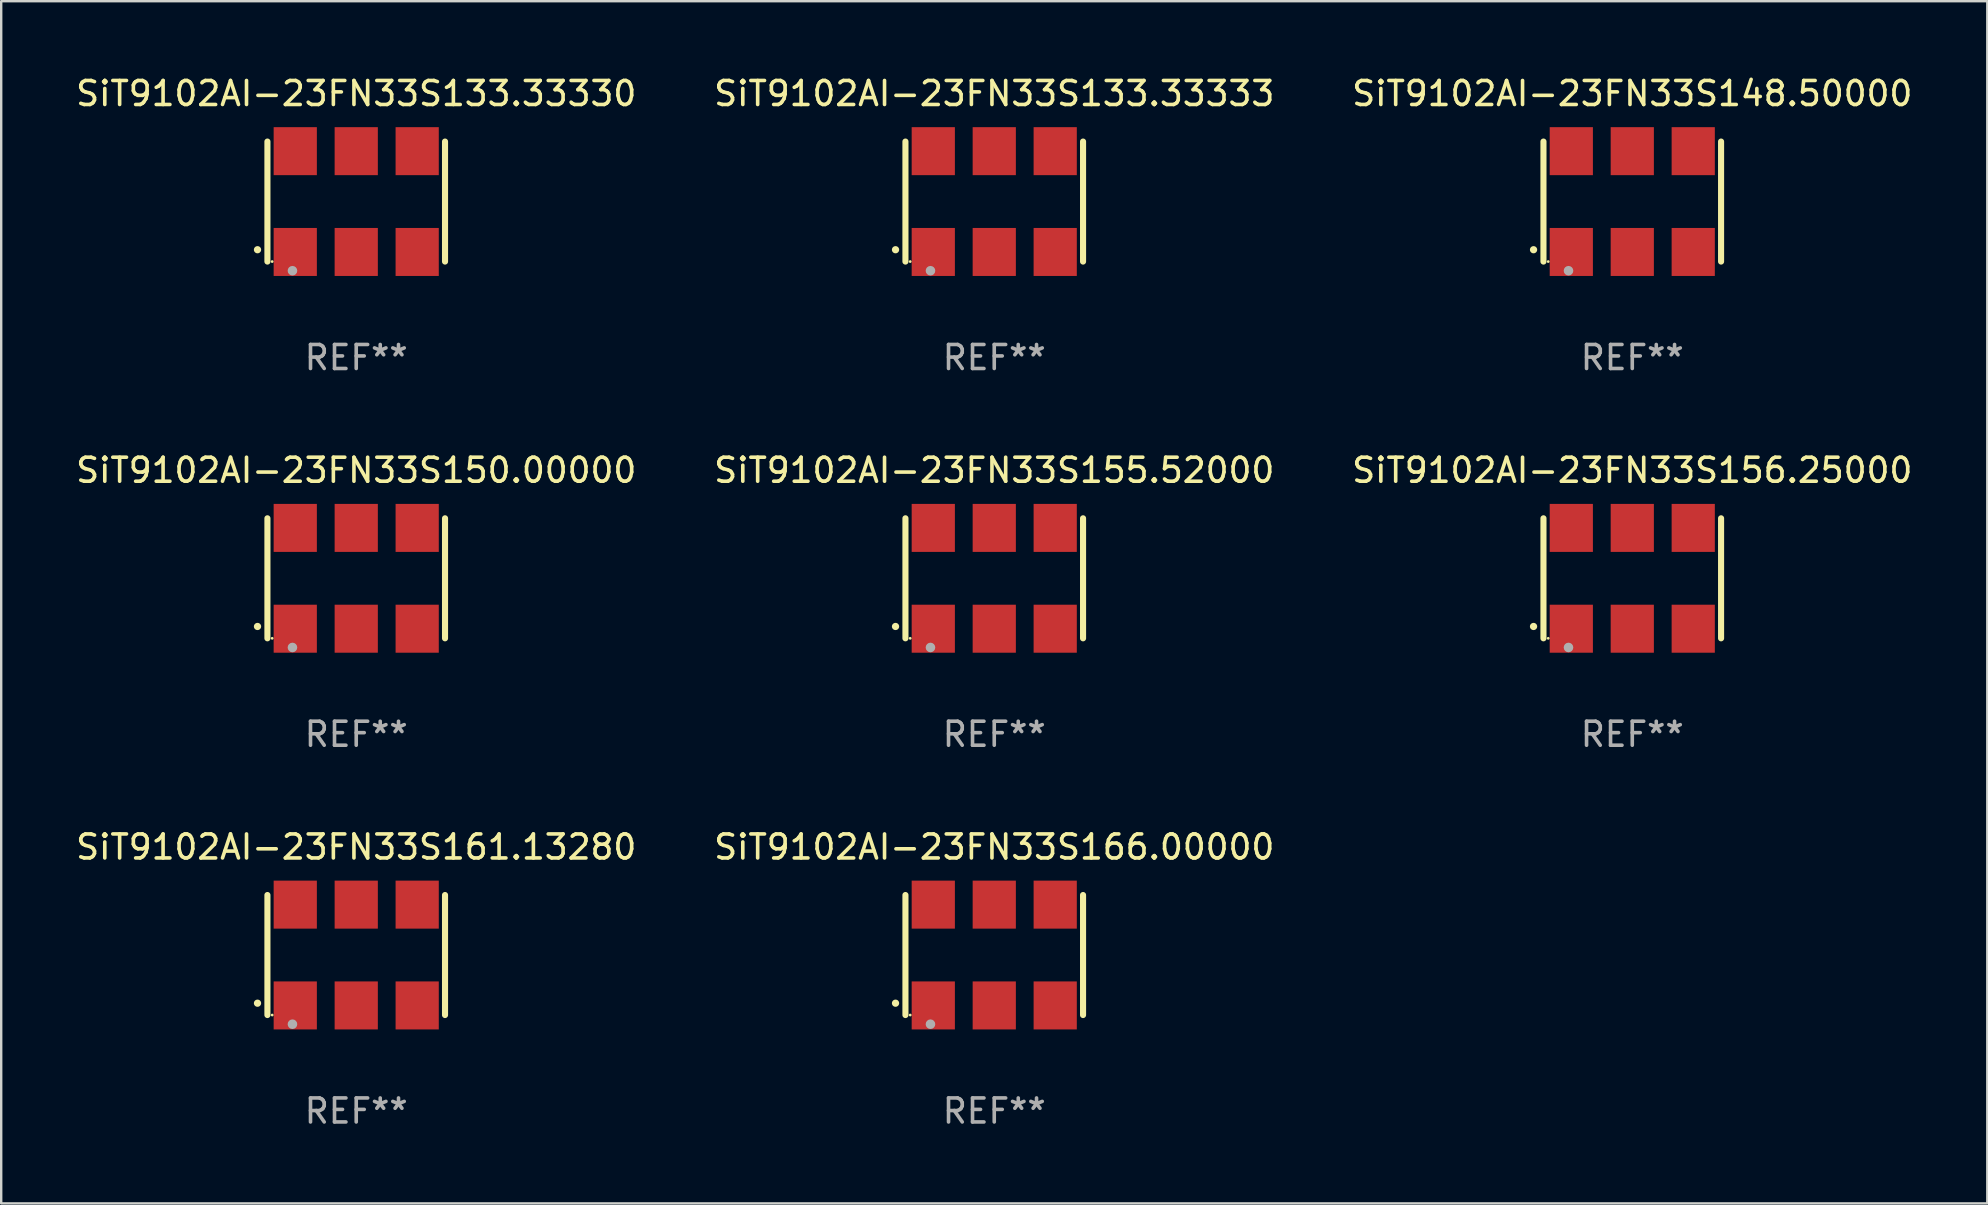
<source format=kicad_pcb>
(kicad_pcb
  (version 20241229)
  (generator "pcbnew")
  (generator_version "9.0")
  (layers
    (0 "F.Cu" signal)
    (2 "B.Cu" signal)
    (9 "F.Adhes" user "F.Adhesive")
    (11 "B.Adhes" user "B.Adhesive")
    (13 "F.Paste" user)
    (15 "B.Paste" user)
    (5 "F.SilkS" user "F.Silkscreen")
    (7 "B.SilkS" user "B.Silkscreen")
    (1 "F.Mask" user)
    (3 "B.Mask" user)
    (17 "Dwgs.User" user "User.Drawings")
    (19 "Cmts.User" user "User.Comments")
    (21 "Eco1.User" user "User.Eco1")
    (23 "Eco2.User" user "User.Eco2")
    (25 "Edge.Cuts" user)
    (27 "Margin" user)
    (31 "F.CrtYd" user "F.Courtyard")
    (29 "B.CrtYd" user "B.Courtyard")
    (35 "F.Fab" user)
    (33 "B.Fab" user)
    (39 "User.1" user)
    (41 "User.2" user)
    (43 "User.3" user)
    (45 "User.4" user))
  (footprint "SiT9102AI-23FN33S150.00000"
    (layer "F.Cu")
    (at 11.792 21.045)
    (property "Reference" "SiT9102AI-23FN33S150.00000" (at 0 -4.5 0) (layer "F.SilkS") (effects (font (size 1 1) (thickness 0.15))))
    (attr through_hole)
    (fp_line (start -3.7 -2.5) (end -3.7 2.5) (stroke (width 0.254) (type solid)) (layer "F.SilkS"))
    (fp_line (start 3.7 -2.5) (end 3.7 2.5) (stroke (width 0.254) (type solid)) (layer "F.SilkS"))
    (fp_arc (start -4.114415 2.006604) (mid -4.113145 2.006599) (end -4.111875 2.006604) (stroke (width 0.3) (type solid)) (layer "F.SilkS"))
    (fp_circle (center -3.502 2.5) (end -3.472 2.5) (stroke (width 0.06) (type solid)) (fill no) (layer "F.SilkS"))
    (fp_circle (center -2.657 2.882) (end -2.557 2.882) (stroke (width 0.2) (type solid)) (fill no) (layer "F.Fab"))
    (fp_text user "REF**" (at 0 6.5 0) (layer "F.Fab") (effects (font (size 1 1) (thickness 0.15))))
    (pad "1" smd rect (at -2.54 2.1) (size 1.8 2) (layers "F.Cu" "F.Mask" "F.Paste"))
    (pad "2" smd rect (at 0.000394 2.1) (size 1.8 2) (layers "F.Cu" "F.Mask" "F.Paste"))
    (pad "3" smd rect (at 2.54 2.1) (size 1.8 2) (layers "F.Cu" "F.Mask" "F.Paste"))
    (pad "4" smd rect (at 2.54 -2.1) (size 1.8 2) (layers "F.Cu" "F.Mask" "F.Paste"))
    (pad "5" smd rect (at 0.000394 -2.1) (size 1.8 2) (layers "F.Cu" "F.Mask" "F.Paste"))
    (pad "6" smd rect (at -2.54 -2.1) (size 1.8 2) (layers "F.Cu" "F.Mask" "F.Paste")))
  (footprint "SiT9102AI-23FN33S156.25000"
    (layer "F.Cu")
    (at 64.958 21.045)
    (property "Reference" "SiT9102AI-23FN33S156.25000" (at 0 -4.5 0) (layer "F.SilkS") (effects (font (size 1 1) (thickness 0.15))))
    (attr through_hole)
    (fp_line (start -3.7 -2.5) (end -3.7 2.5) (stroke (width 0.254) (type solid)) (layer "F.SilkS"))
    (fp_line (start 3.7 -2.5) (end 3.7 2.5) (stroke (width 0.254) (type solid)) (layer "F.SilkS"))
    (fp_arc (start -4.114415 2.006604) (mid -4.113145 2.006599) (end -4.111875 2.006604) (stroke (width 0.3) (type solid)) (layer "F.SilkS"))
    (fp_circle (center -3.502 2.5) (end -3.472 2.5) (stroke (width 0.06) (type solid)) (fill no) (layer "F.SilkS"))
    (fp_circle (center -2.657 2.882) (end -2.557 2.882) (stroke (width 0.2) (type solid)) (fill no) (layer "F.Fab"))
    (fp_text user "REF**" (at 0 6.5 0) (layer "F.Fab") (effects (font (size 1 1) (thickness 0.15))))
    (pad "1" smd rect (at -2.54 2.1) (size 1.8 2) (layers "F.Cu" "F.Mask" "F.Paste"))
    (pad "2" smd rect (at 0.000394 2.1) (size 1.8 2) (layers "F.Cu" "F.Mask" "F.Paste"))
    (pad "3" smd rect (at 2.54 2.1) (size 1.8 2) (layers "F.Cu" "F.Mask" "F.Paste"))
    (pad "4" smd rect (at 2.54 -2.1) (size 1.8 2) (layers "F.Cu" "F.Mask" "F.Paste"))
    (pad "5" smd rect (at 0.000394 -2.1) (size 1.8 2) (layers "F.Cu" "F.Mask" "F.Paste"))
    (pad "6" smd rect (at -2.54 -2.1) (size 1.8 2) (layers "F.Cu" "F.Mask" "F.Paste")))
  (footprint "SiT9102AI-23FN33S161.13280"
    (layer "F.Cu")
    (at 11.792 36.741)
    (property "Reference" "SiT9102AI-23FN33S161.13280" (at 0 -4.5 0) (layer "F.SilkS") (effects (font (size 1 1) (thickness 0.15))))
    (attr through_hole)
    (fp_line (start -3.7 -2.5) (end -3.7 2.5) (stroke (width 0.254) (type solid)) (layer "F.SilkS"))
    (fp_line (start 3.7 -2.5) (end 3.7 2.5) (stroke (width 0.254) (type solid)) (layer "F.SilkS"))
    (fp_arc (start -4.114415 2.006604) (mid -4.113145 2.006599) (end -4.111875 2.006604) (stroke (width 0.3) (type solid)) (layer "F.SilkS"))
    (fp_circle (center -3.502 2.5) (end -3.472 2.5) (stroke (width 0.06) (type solid)) (fill no) (layer "F.SilkS"))
    (fp_circle (center -2.657 2.882) (end -2.557 2.882) (stroke (width 0.2) (type solid)) (fill no) (layer "F.Fab"))
    (fp_text user "REF**" (at 0 6.5 0) (layer "F.Fab") (effects (font (size 1 1) (thickness 0.15))))
    (pad "1" smd rect (at -2.54 2.1) (size 1.8 2) (layers "F.Cu" "F.Mask" "F.Paste"))
    (pad "2" smd rect (at 0.000394 2.1) (size 1.8 2) (layers "F.Cu" "F.Mask" "F.Paste"))
    (pad "3" smd rect (at 2.54 2.1) (size 1.8 2) (layers "F.Cu" "F.Mask" "F.Paste"))
    (pad "4" smd rect (at 2.54 -2.1) (size 1.8 2) (layers "F.Cu" "F.Mask" "F.Paste"))
    (pad "5" smd rect (at 0.000394 -2.1) (size 1.8 2) (layers "F.Cu" "F.Mask" "F.Paste"))
    (pad "6" smd rect (at -2.54 -2.1) (size 1.8 2) (layers "F.Cu" "F.Mask" "F.Paste")))
  (footprint "SiT9102AI-23FN33S166.00000"
    (layer "F.Cu")
    (at 38.375 36.741)
    (property "Reference" "SiT9102AI-23FN33S166.00000" (at 0 -4.5 0) (layer "F.SilkS") (effects (font (size 1 1) (thickness 0.15))))
    (attr through_hole)
    (fp_line (start -3.7 -2.5) (end -3.7 2.5) (stroke (width 0.254) (type solid)) (layer "F.SilkS"))
    (fp_line (start 3.7 -2.5) (end 3.7 2.5) (stroke (width 0.254) (type solid)) (layer "F.SilkS"))
    (fp_arc (start -4.114415 2.006604) (mid -4.113145 2.006599) (end -4.111875 2.006604) (stroke (width 0.3) (type solid)) (layer "F.SilkS"))
    (fp_circle (center -3.502 2.5) (end -3.472 2.5) (stroke (width 0.06) (type solid)) (fill no) (layer "F.SilkS"))
    (fp_circle (center -2.657 2.882) (end -2.557 2.882) (stroke (width 0.2) (type solid)) (fill no) (layer "F.Fab"))
    (fp_text user "REF**" (at 0 6.5 0) (layer "F.Fab") (effects (font (size 1 1) (thickness 0.15))))
    (pad "1" smd rect (at -2.54 2.1) (size 1.8 2) (layers "F.Cu" "F.Mask" "F.Paste"))
    (pad "2" smd rect (at 0.000394 2.1) (size 1.8 2) (layers "F.Cu" "F.Mask" "F.Paste"))
    (pad "3" smd rect (at 2.54 2.1) (size 1.8 2) (layers "F.Cu" "F.Mask" "F.Paste"))
    (pad "4" smd rect (at 2.54 -2.1) (size 1.8 2) (layers "F.Cu" "F.Mask" "F.Paste"))
    (pad "5" smd rect (at 0.000394 -2.1) (size 1.8 2) (layers "F.Cu" "F.Mask" "F.Paste"))
    (pad "6" smd rect (at -2.54 -2.1) (size 1.8 2) (layers "F.Cu" "F.Mask" "F.Paste")))
  (footprint "SiT9102AI-23FN33S133.33333"
    (layer "F.Cu")
    (at 38.375 5.348)
    (property "Reference" "SiT9102AI-23FN33S133.33333" (at 0 -4.5 0) (layer "F.SilkS") (effects (font (size 1 1) (thickness 0.15))))
    (attr through_hole)
    (fp_line (start -3.7 -2.5) (end -3.7 2.5) (stroke (width 0.254) (type solid)) (layer "F.SilkS"))
    (fp_line (start 3.7 -2.5) (end 3.7 2.5) (stroke (width 0.254) (type solid)) (layer "F.SilkS"))
    (fp_arc (start -4.114415 2.006604) (mid -4.113145 2.006599) (end -4.111875 2.006604) (stroke (width 0.3) (type solid)) (layer "F.SilkS"))
    (fp_circle (center -3.502 2.5) (end -3.472 2.5) (stroke (width 0.06) (type solid)) (fill no) (layer "F.SilkS"))
    (fp_circle (center -2.657 2.882) (end -2.557 2.882) (stroke (width 0.2) (type solid)) (fill no) (layer "F.Fab"))
    (fp_text user "REF**" (at 0 6.5 0) (layer "F.Fab") (effects (font (size 1 1) (thickness 0.15))))
    (pad "1" smd rect (at -2.54 2.1) (size 1.8 2) (layers "F.Cu" "F.Mask" "F.Paste"))
    (pad "2" smd rect (at 0.000394 2.1) (size 1.8 2) (layers "F.Cu" "F.Mask" "F.Paste"))
    (pad "3" smd rect (at 2.54 2.1) (size 1.8 2) (layers "F.Cu" "F.Mask" "F.Paste"))
    (pad "4" smd rect (at 2.54 -2.1) (size 1.8 2) (layers "F.Cu" "F.Mask" "F.Paste"))
    (pad "5" smd rect (at 0.000394 -2.1) (size 1.8 2) (layers "F.Cu" "F.Mask" "F.Paste"))
    (pad "6" smd rect (at -2.54 -2.1) (size 1.8 2) (layers "F.Cu" "F.Mask" "F.Paste")))
  (footprint "SiT9102AI-23FN33S148.50000"
    (layer "F.Cu")
    (at 64.958 5.348)
    (property "Reference" "SiT9102AI-23FN33S148.50000" (at 0 -4.5 0) (layer "F.SilkS") (effects (font (size 1 1) (thickness 0.15))))
    (attr through_hole)
    (fp_line (start -3.7 -2.5) (end -3.7 2.5) (stroke (width 0.254) (type solid)) (layer "F.SilkS"))
    (fp_line (start 3.7 -2.5) (end 3.7 2.5) (stroke (width 0.254) (type solid)) (layer "F.SilkS"))
    (fp_arc (start -4.114415 2.006604) (mid -4.113145 2.006599) (end -4.111875 2.006604) (stroke (width 0.3) (type solid)) (layer "F.SilkS"))
    (fp_circle (center -3.502 2.5) (end -3.472 2.5) (stroke (width 0.06) (type solid)) (fill no) (layer "F.SilkS"))
    (fp_circle (center -2.657 2.882) (end -2.557 2.882) (stroke (width 0.2) (type solid)) (fill no) (layer "F.Fab"))
    (fp_text user "REF**" (at 0 6.5 0) (layer "F.Fab") (effects (font (size 1 1) (thickness 0.15))))
    (pad "1" smd rect (at -2.54 2.1) (size 1.8 2) (layers "F.Cu" "F.Mask" "F.Paste"))
    (pad "2" smd rect (at 0.000394 2.1) (size 1.8 2) (layers "F.Cu" "F.Mask" "F.Paste"))
    (pad "3" smd rect (at 2.54 2.1) (size 1.8 2) (layers "F.Cu" "F.Mask" "F.Paste"))
    (pad "4" smd rect (at 2.54 -2.1) (size 1.8 2) (layers "F.Cu" "F.Mask" "F.Paste"))
    (pad "5" smd rect (at 0.000394 -2.1) (size 1.8 2) (layers "F.Cu" "F.Mask" "F.Paste"))
    (pad "6" smd rect (at -2.54 -2.1) (size 1.8 2) (layers "F.Cu" "F.Mask" "F.Paste")))
  (footprint "SiT9102AI-23FN33S155.52000"
    (layer "F.Cu")
    (at 38.375 21.045)
    (property "Reference" "SiT9102AI-23FN33S155.52000" (at 0 -4.5 0) (layer "F.SilkS") (effects (font (size 1 1) (thickness 0.15))))
    (attr through_hole)
    (fp_line (start -3.7 -2.5) (end -3.7 2.5) (stroke (width 0.254) (type solid)) (layer "F.SilkS"))
    (fp_line (start 3.7 -2.5) (end 3.7 2.5) (stroke (width 0.254) (type solid)) (layer "F.SilkS"))
    (fp_arc (start -4.114415 2.006604) (mid -4.113145 2.006599) (end -4.111875 2.006604) (stroke (width 0.3) (type solid)) (layer "F.SilkS"))
    (fp_circle (center -3.502 2.5) (end -3.472 2.5) (stroke (width 0.06) (type solid)) (fill no) (layer "F.SilkS"))
    (fp_circle (center -2.657 2.882) (end -2.557 2.882) (stroke (width 0.2) (type solid)) (fill no) (layer "F.Fab"))
    (fp_text user "REF**" (at 0 6.5 0) (layer "F.Fab") (effects (font (size 1 1) (thickness 0.15))))
    (pad "1" smd rect (at -2.54 2.1) (size 1.8 2) (layers "F.Cu" "F.Mask" "F.Paste"))
    (pad "2" smd rect (at 0.000394 2.1) (size 1.8 2) (layers "F.Cu" "F.Mask" "F.Paste"))
    (pad "3" smd rect (at 2.54 2.1) (size 1.8 2) (layers "F.Cu" "F.Mask" "F.Paste"))
    (pad "4" smd rect (at 2.54 -2.1) (size 1.8 2) (layers "F.Cu" "F.Mask" "F.Paste"))
    (pad "5" smd rect (at 0.000394 -2.1) (size 1.8 2) (layers "F.Cu" "F.Mask" "F.Paste"))
    (pad "6" smd rect (at -2.54 -2.1) (size 1.8 2) (layers "F.Cu" "F.Mask" "F.Paste")))
  (footprint "SiT9102AI-23FN33S133.33330"
    (layer "F.Cu")
    (at 11.792 5.348)
    (property "Reference" "SiT9102AI-23FN33S133.33330" (at 0 -4.5 0) (layer "F.SilkS") (effects (font (size 1 1) (thickness 0.15))))
    (attr through_hole)
    (fp_line (start -3.7 -2.5) (end -3.7 2.5) (stroke (width 0.254) (type solid)) (layer "F.SilkS"))
    (fp_line (start 3.7 -2.5) (end 3.7 2.5) (stroke (width 0.254) (type solid)) (layer "F.SilkS"))
    (fp_arc (start -4.114415 2.006604) (mid -4.113145 2.006599) (end -4.111875 2.006604) (stroke (width 0.3) (type solid)) (layer "F.SilkS"))
    (fp_circle (center -3.502 2.5) (end -3.472 2.5) (stroke (width 0.06) (type solid)) (fill no) (layer "F.SilkS"))
    (fp_circle (center -2.657 2.882) (end -2.557 2.882) (stroke (width 0.2) (type solid)) (fill no) (layer "F.Fab"))
    (fp_text user "REF**" (at 0 6.5 0) (layer "F.Fab") (effects (font (size 1 1) (thickness 0.15))))
    (pad "1" smd rect (at -2.54 2.1) (size 1.8 2) (layers "F.Cu" "F.Mask" "F.Paste"))
    (pad "2" smd rect (at 0.000394 2.1) (size 1.8 2) (layers "F.Cu" "F.Mask" "F.Paste"))
    (pad "3" smd rect (at 2.54 2.1) (size 1.8 2) (layers "F.Cu" "F.Mask" "F.Paste"))
    (pad "4" smd rect (at 2.54 -2.1) (size 1.8 2) (layers "F.Cu" "F.Mask" "F.Paste"))
    (pad "5" smd rect (at 0.000394 -2.1) (size 1.8 2) (layers "F.Cu" "F.Mask" "F.Paste"))
    (pad "6" smd rect (at -2.54 -2.1) (size 1.8 2) (layers "F.Cu" "F.Mask" "F.Paste")))
  (gr_rect
    (start -3 -3)
    (end 79.75 47.09)
    (stroke (width 0.1) (type default))
    (fill no)
    (layer "Edge.Cuts")))
</source>
